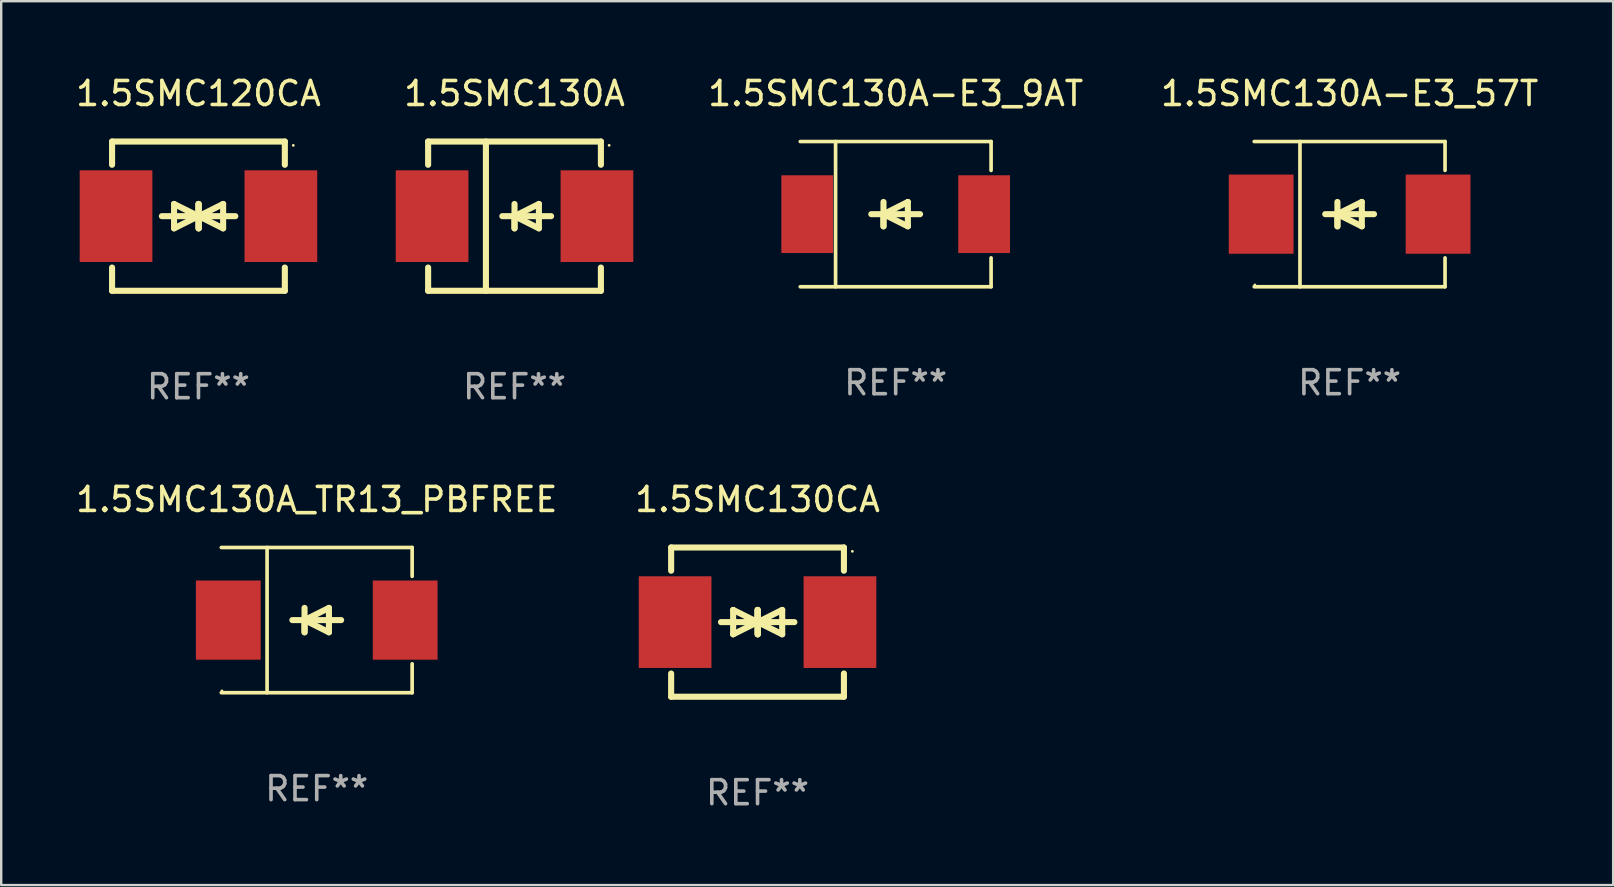
<source format=kicad_pcb>
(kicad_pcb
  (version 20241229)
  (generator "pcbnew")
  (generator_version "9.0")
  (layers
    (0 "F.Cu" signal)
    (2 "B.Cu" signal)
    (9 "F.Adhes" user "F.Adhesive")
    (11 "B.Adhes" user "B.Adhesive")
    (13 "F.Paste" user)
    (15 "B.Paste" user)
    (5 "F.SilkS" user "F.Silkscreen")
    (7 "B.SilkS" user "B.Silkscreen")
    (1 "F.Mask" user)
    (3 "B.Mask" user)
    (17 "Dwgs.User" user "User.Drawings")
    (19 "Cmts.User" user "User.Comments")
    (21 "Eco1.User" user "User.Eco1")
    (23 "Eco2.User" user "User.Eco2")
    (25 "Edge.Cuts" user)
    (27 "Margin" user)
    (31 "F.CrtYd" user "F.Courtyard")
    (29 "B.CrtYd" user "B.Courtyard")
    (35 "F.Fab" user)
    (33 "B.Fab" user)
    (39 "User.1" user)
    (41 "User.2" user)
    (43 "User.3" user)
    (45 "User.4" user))
  (footprint "1.5SMC130CA"
    (layer "F.Cu")
    (at 28.518 22.875)
    (property "Reference" "1.5SMC130CA" (at 0 -5.11 0) (layer "F.SilkS") (effects (font (size 1 1) (thickness 0.15))))
    (attr through_hole)
    (fp_line (start -3.6 -2.141) (end -3.6 -3.11) (stroke (width 0.254) (type solid)) (layer "F.SilkS"))
    (fp_line (start -3.6 3.11) (end -3.6 2.141) (stroke (width 0.254) (type solid)) (layer "F.SilkS"))
    (fp_line (start -1.524 0) (end 0.508 0) (stroke (width 0.254) (type solid)) (layer "F.SilkS"))
    (fp_line (start -1.016 -0.508) (end -1.016 0.508) (stroke (width 0.254) (type solid)) (layer "F.SilkS"))
    (fp_line (start -1.016 0.508) (end 0 0) (stroke (width 0.254) (type solid)) (layer "F.SilkS"))
    (fp_line (start 0 -0.508) (end 0 0.508) (stroke (width 0.254) (type solid)) (layer "F.SilkS"))
    (fp_line (start 0 0) (end -1.016 -0.508) (stroke (width 0.254) (type solid)) (layer "F.SilkS"))
    (fp_line (start 0 0) (end 0 -0.508) (stroke (width 0.254) (type solid)) (layer "F.SilkS"))
    (fp_line (start 0.012 0) (end 0.012 0.508) (stroke (width 0.254) (type solid)) (layer "F.SilkS"))
    (fp_line (start 0.012 0) (end 1.028 0.508) (stroke (width 0.254) (type solid)) (layer "F.SilkS"))
    (fp_line (start 0.012 0.508) (end 0.012 -0.508) (stroke (width 0.254) (type solid)) (layer "F.SilkS"))
    (fp_line (start 1.028 -0.508) (end 0.012 0) (stroke (width 0.254) (type solid)) (layer "F.SilkS"))
    (fp_line (start 1.028 0.508) (end 1.028 -0.508) (stroke (width 0.254) (type solid)) (layer "F.SilkS"))
    (fp_line (start 1.536 0) (end -0.496 0) (stroke (width 0.254) (type solid)) (layer "F.SilkS"))
    (fp_line (start 3.6 -3.11) (end -3.6 -3.11) (stroke (width 0.254) (type solid)) (layer "F.SilkS"))
    (fp_line (start 3.6 -2.141) (end 3.6 -3.11) (stroke (width 0.254) (type solid)) (layer "F.SilkS"))
    (fp_line (start 3.6 3.11) (end -3.6 3.11) (stroke (width 0.254) (type solid)) (layer "F.SilkS"))
    (fp_line (start 3.6 3.11) (end 3.6 2.141) (stroke (width 0.254) (type solid)) (layer "F.SilkS"))
    (fp_circle (center 3.952 -2.95) (end 3.982 -2.95) (stroke (width 0.06) (type solid)) (fill no) (layer "F.SilkS"))
    (fp_text user "REF**" (at 0 7.11 0) (layer "F.Fab") (effects (font (size 1 1) (thickness 0.15))))
    (pad "1" smd rect (at 3.435 0) (size 3.03 3.82) (layers "F.Cu" "F.Mask" "F.Paste"))
    (pad "2" smd rect (at -3.435 0) (size 3.03 3.82) (layers "F.Cu" "F.Mask" "F.Paste")))
  (footprint "1.5SMC130A_TR13_PBFREE"
    (layer "F.Cu")
    (at 10.149 22.791)
    (property "Reference" "1.5SMC130A_TR13_PBFREE" (at 0 -5.026 0) (layer "F.SilkS") (effects (font (size 1 1) (thickness 0.15))))
    (attr through_hole)
    (fp_line (start -3.976 -3.026) (end 3.976 -3.026) (stroke (width 0.152) (type solid)) (layer "F.SilkS"))
    (fp_line (start -3.976 3.026) (end 3.976 3.026) (stroke (width 0.152) (type solid)) (layer "F.SilkS"))
    (fp_line (start -2.069 -3.026) (end -2.069 3.026) (stroke (width 0.152) (type solid)) (layer "F.SilkS"))
    (fp_line (start -0.508 0) (end -0.508 0.508) (stroke (width 0.254) (type solid)) (layer "F.SilkS"))
    (fp_line (start -0.508 0) (end 0.508 0.508) (stroke (width 0.254) (type solid)) (layer "F.SilkS"))
    (fp_line (start -0.508 0.508) (end -0.508 -0.508) (stroke (width 0.254) (type solid)) (layer "F.SilkS"))
    (fp_line (start 0.508 -0.508) (end -0.508 0) (stroke (width 0.254) (type solid)) (layer "F.SilkS"))
    (fp_line (start 0.508 0.508) (end 0.508 -0.508) (stroke (width 0.254) (type solid)) (layer "F.SilkS"))
    (fp_line (start 1.016 0) (end -1.016 0) (stroke (width 0.254) (type solid)) (layer "F.SilkS"))
    (fp_line (start 3.976 -3.026) (end 3.976 -1.823) (stroke (width 0.152) (type solid)) (layer "F.SilkS"))
    (fp_line (start 3.976 3.026) (end 3.976 1.823) (stroke (width 0.152) (type solid)) (layer "F.SilkS"))
    (fp_circle (center -3.95 2.95) (end -3.92 2.95) (stroke (width 0.06) (type solid)) (fill no) (layer "F.SilkS"))
    (fp_text user "REF**" (at 0 7.026 0) (layer "F.Fab") (effects (font (size 1 1) (thickness 0.15))))
    (pad "1" smd rect (at -3.686 0) (size 2.7 3.3) (layers "F.Cu" "F.Mask" "F.Paste"))
    (pad "2" smd rect (at 3.686 0) (size 2.7 3.3) (layers "F.Cu" "F.Mask" "F.Paste")))
  (footprint "1.5SMC130A-E3_57T"
    (layer "F.Cu")
    (at 53.192 5.874)
    (property "Reference" "1.5SMC130A-E3_57T" (at 0 -5.026 0) (layer "F.SilkS") (effects (font (size 1 1) (thickness 0.15))))
    (attr through_hole)
    (fp_line (start -3.976 -3.026) (end 3.976 -3.026) (stroke (width 0.152) (type solid)) (layer "F.SilkS"))
    (fp_line (start -3.976 3.026) (end 3.976 3.026) (stroke (width 0.152) (type solid)) (layer "F.SilkS"))
    (fp_line (start -2.069 -3.026) (end -2.069 3.026) (stroke (width 0.152) (type solid)) (layer "F.SilkS"))
    (fp_line (start -0.508 0) (end -0.508 0.508) (stroke (width 0.254) (type solid)) (layer "F.SilkS"))
    (fp_line (start -0.508 0) (end 0.508 0.508) (stroke (width 0.254) (type solid)) (layer "F.SilkS"))
    (fp_line (start -0.508 0.508) (end -0.508 -0.508) (stroke (width 0.254) (type solid)) (layer "F.SilkS"))
    (fp_line (start 0.508 -0.508) (end -0.508 0) (stroke (width 0.254) (type solid)) (layer "F.SilkS"))
    (fp_line (start 0.508 0.508) (end 0.508 -0.508) (stroke (width 0.254) (type solid)) (layer "F.SilkS"))
    (fp_line (start 1.016 0) (end -1.016 0) (stroke (width 0.254) (type solid)) (layer "F.SilkS"))
    (fp_line (start 3.976 -3.026) (end 3.976 -1.823) (stroke (width 0.152) (type solid)) (layer "F.SilkS"))
    (fp_line (start 3.976 3.026) (end 3.976 1.823) (stroke (width 0.152) (type solid)) (layer "F.SilkS"))
    (fp_circle (center -3.95 2.95) (end -3.92 2.95) (stroke (width 0.06) (type solid)) (fill no) (layer "F.SilkS"))
    (fp_text user "REF**" (at 0 7.026 0) (layer "F.Fab") (effects (font (size 1 1) (thickness 0.15))))
    (pad "1" smd rect (at -3.686 0) (size 2.7 3.3) (layers "F.Cu" "F.Mask" "F.Paste"))
    (pad "2" smd rect (at 3.686 0) (size 2.7 3.3) (layers "F.Cu" "F.Mask" "F.Paste")))
  (footprint "1.5SMC130A"
    (layer "F.Cu")
    (at 18.391 5.958)
    (property "Reference" "1.5SMC130A" (at 0 -5.11 0) (layer "F.SilkS") (effects (font (size 1 1) (thickness 0.15))))
    (attr through_hole)
    (fp_line (start -3.6 -3.11) (end -3.6 -2.141) (stroke (width 0.254) (type solid)) (layer "F.SilkS"))
    (fp_line (start -3.6 -3.11) (end 3.6 -3.11) (stroke (width 0.254) (type solid)) (layer "F.SilkS"))
    (fp_line (start -3.6 2.141) (end -3.6 3.11) (stroke (width 0.254) (type solid)) (layer "F.SilkS"))
    (fp_line (start -3.6 3.11) (end 3.6 3.11) (stroke (width 0.254) (type solid)) (layer "F.SilkS"))
    (fp_line (start -1.192 -3.11) (end -1.192 3.11) (stroke (width 0.254) (type solid)) (layer "F.SilkS"))
    (fp_line (start 0 0) (end 0 0.508) (stroke (width 0.254) (type solid)) (layer "F.SilkS"))
    (fp_line (start 0 0) (end 1.016 0.508) (stroke (width 0.254) (type solid)) (layer "F.SilkS"))
    (fp_line (start 0 0.508) (end 0 -0.508) (stroke (width 0.254) (type solid)) (layer "F.SilkS"))
    (fp_line (start 1.016 -0.508) (end 0 0) (stroke (width 0.254) (type solid)) (layer "F.SilkS"))
    (fp_line (start 1.016 0.508) (end 1.016 -0.508) (stroke (width 0.254) (type solid)) (layer "F.SilkS"))
    (fp_line (start 1.524 0) (end -0.508 0) (stroke (width 0.254) (type solid)) (layer "F.SilkS"))
    (fp_line (start 3.6 -3.11) (end 3.6 -2.141) (stroke (width 0.254) (type solid)) (layer "F.SilkS"))
    (fp_line (start 3.6 2.141) (end 3.6 3.11) (stroke (width 0.254) (type solid)) (layer "F.SilkS"))
    (fp_circle (center 3.943 -2.952) (end 3.973 -2.952) (stroke (width 0.06) (type solid)) (fill no) (layer "F.SilkS"))
    (fp_text user "REF**" (at 0 7.11 0) (layer "F.Fab") (effects (font (size 1 1) (thickness 0.15))))
    (pad "1" smd rect (at 3.435 0 180) (size 3.03 3.82) (layers "F.Cu" "F.Mask" "F.Paste"))
    (pad "2" smd rect (at -3.435 0 180) (size 3.03 3.82) (layers "F.Cu" "F.Mask" "F.Paste")))
  (footprint "1.5SMC130A-E3_9AT"
    (layer "F.Cu")
    (at 34.275 5.874)
    (property "Reference" "1.5SMC130A-E3_9AT" (at 0 -5.026 0) (layer "F.SilkS") (effects (font (size 1 1) (thickness 0.15))))
    (attr through_hole)
    (fp_line (start -3.976 -3.026) (end 3.976 -3.026) (stroke (width 0.152) (type solid)) (layer "F.SilkS"))
    (fp_line (start -3.976 3.026) (end 3.976 3.026) (stroke (width 0.152) (type solid)) (layer "F.SilkS"))
    (fp_line (start -2.504 -3.026) (end -2.504 3.026) (stroke (width 0.152) (type solid)) (layer "F.SilkS"))
    (fp_line (start -0.508 0) (end -0.508 0.508) (stroke (width 0.254) (type solid)) (layer "F.SilkS"))
    (fp_line (start -0.508 0) (end 0.508 0.508) (stroke (width 0.254) (type solid)) (layer "F.SilkS"))
    (fp_line (start -0.508 0.508) (end -0.508 -0.508) (stroke (width 0.254) (type solid)) (layer "F.SilkS"))
    (fp_line (start 0.508 -0.508) (end -0.508 0) (stroke (width 0.254) (type solid)) (layer "F.SilkS"))
    (fp_line (start 0.508 0.508) (end 0.508 -0.508) (stroke (width 0.254) (type solid)) (layer "F.SilkS"))
    (fp_line (start 1.016 0) (end -1.016 0) (stroke (width 0.254) (type solid)) (layer "F.SilkS"))
    (fp_line (start 3.976 -3.026) (end 3.976 -1.823) (stroke (width 0.152) (type solid)) (layer "F.SilkS"))
    (fp_line (start 3.976 3.026) (end 3.976 1.823) (stroke (width 0.152) (type solid)) (layer "F.SilkS"))
    (fp_circle (center 3.95 -2.95) (end 3.98 -2.95) (stroke (width 0.06) (type solid)) (fill no) (layer "F.SilkS"))
    (fp_text user "REF**" (at 0 7.026 0) (layer "F.Fab") (effects (font (size 1 1) (thickness 0.15))))
    (pad "1" smd rect (at 3.686 0 180) (size 2.158 3.24) (layers "F.Cu" "F.Mask" "F.Paste"))
    (pad "2" smd rect (at -3.686 0 180) (size 2.158 3.24) (layers "F.Cu" "F.Mask" "F.Paste")))
  (footprint "1.5SMC120CA"
    (layer "F.Cu")
    (at 5.22 5.958)
    (property "Reference" "1.5SMC120CA" (at 0 -5.11 0) (layer "F.SilkS") (effects (font (size 1 1) (thickness 0.15))))
    (attr through_hole)
    (fp_line (start -3.6 -2.141) (end -3.6 -3.11) (stroke (width 0.254) (type solid)) (layer "F.SilkS"))
    (fp_line (start -3.6 3.11) (end -3.6 2.141) (stroke (width 0.254) (type solid)) (layer "F.SilkS"))
    (fp_line (start -1.524 0) (end 0.508 0) (stroke (width 0.254) (type solid)) (layer "F.SilkS"))
    (fp_line (start -1.016 -0.508) (end -1.016 0.508) (stroke (width 0.254) (type solid)) (layer "F.SilkS"))
    (fp_line (start -1.016 0.508) (end 0 0) (stroke (width 0.254) (type solid)) (layer "F.SilkS"))
    (fp_line (start 0 -0.508) (end 0 0.508) (stroke (width 0.254) (type solid)) (layer "F.SilkS"))
    (fp_line (start 0 0) (end -1.016 -0.508) (stroke (width 0.254) (type solid)) (layer "F.SilkS"))
    (fp_line (start 0 0) (end 0 -0.508) (stroke (width 0.254) (type solid)) (layer "F.SilkS"))
    (fp_line (start 0.012 0) (end 0.012 0.508) (stroke (width 0.254) (type solid)) (layer "F.SilkS"))
    (fp_line (start 0.012 0) (end 1.028 0.508) (stroke (width 0.254) (type solid)) (layer "F.SilkS"))
    (fp_line (start 0.012 0.508) (end 0.012 -0.508) (stroke (width 0.254) (type solid)) (layer "F.SilkS"))
    (fp_line (start 1.028 -0.508) (end 0.012 0) (stroke (width 0.254) (type solid)) (layer "F.SilkS"))
    (fp_line (start 1.028 0.508) (end 1.028 -0.508) (stroke (width 0.254) (type solid)) (layer "F.SilkS"))
    (fp_line (start 1.536 0) (end -0.496 0) (stroke (width 0.254) (type solid)) (layer "F.SilkS"))
    (fp_line (start 3.6 -3.11) (end -3.6 -3.11) (stroke (width 0.254) (type solid)) (layer "F.SilkS"))
    (fp_line (start 3.6 -2.141) (end 3.6 -3.11) (stroke (width 0.254) (type solid)) (layer "F.SilkS"))
    (fp_line (start 3.6 3.11) (end -3.6 3.11) (stroke (width 0.254) (type solid)) (layer "F.SilkS"))
    (fp_line (start 3.6 3.11) (end 3.6 2.141) (stroke (width 0.254) (type solid)) (layer "F.SilkS"))
    (fp_circle (center 3.952 -2.95) (end 3.982 -2.95) (stroke (width 0.06) (type solid)) (fill no) (layer "F.SilkS"))
    (fp_text user "REF**" (at 0 7.11 0) (layer "F.Fab") (effects (font (size 1 1) (thickness 0.15))))
    (pad "1" smd rect (at 3.435 0) (size 3.03 3.82) (layers "F.Cu" "F.Mask" "F.Paste"))
    (pad "2" smd rect (at -3.435 0) (size 3.03 3.82) (layers "F.Cu" "F.Mask" "F.Paste")))
  (gr_rect
    (start -3 -3)
    (end 64.174 33.833)
    (stroke (width 0.1) (type default))
    (fill no)
    (layer "Edge.Cuts")))
</source>
